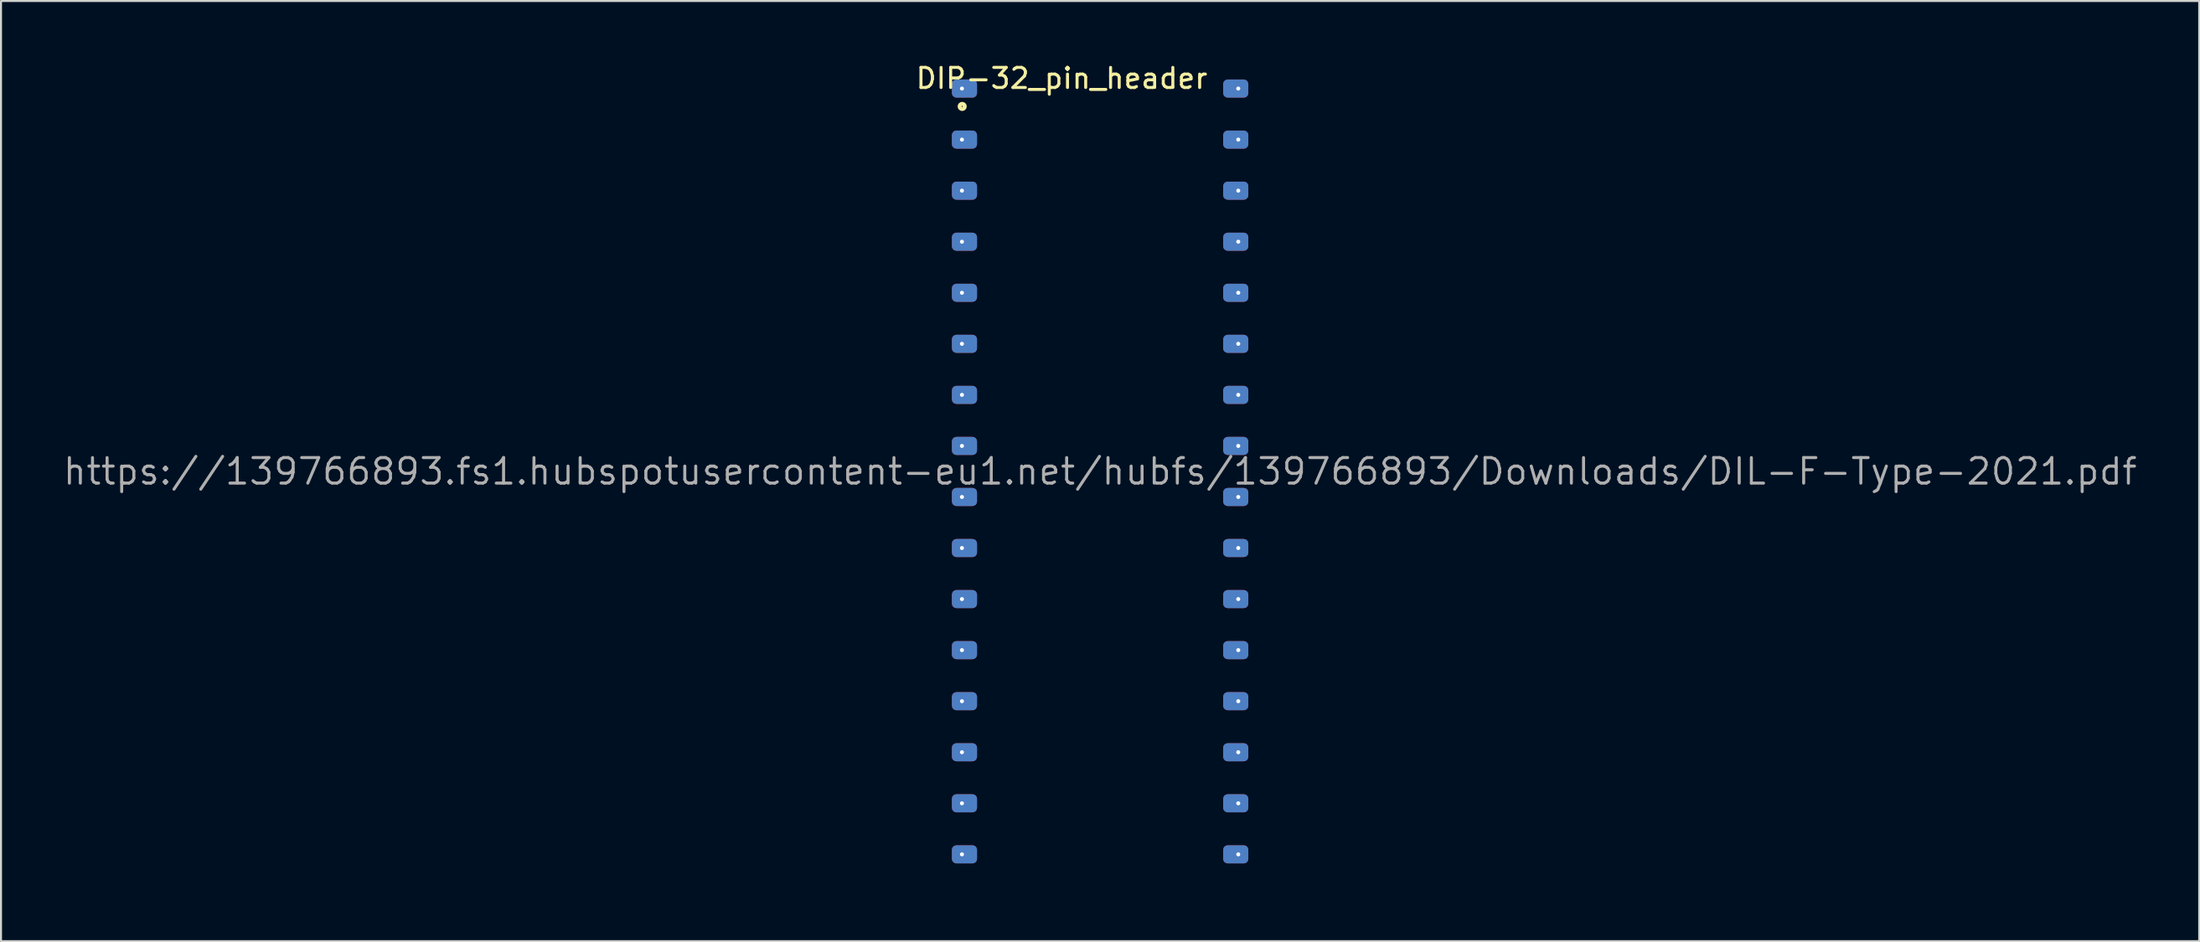
<source format=kicad_pcb>
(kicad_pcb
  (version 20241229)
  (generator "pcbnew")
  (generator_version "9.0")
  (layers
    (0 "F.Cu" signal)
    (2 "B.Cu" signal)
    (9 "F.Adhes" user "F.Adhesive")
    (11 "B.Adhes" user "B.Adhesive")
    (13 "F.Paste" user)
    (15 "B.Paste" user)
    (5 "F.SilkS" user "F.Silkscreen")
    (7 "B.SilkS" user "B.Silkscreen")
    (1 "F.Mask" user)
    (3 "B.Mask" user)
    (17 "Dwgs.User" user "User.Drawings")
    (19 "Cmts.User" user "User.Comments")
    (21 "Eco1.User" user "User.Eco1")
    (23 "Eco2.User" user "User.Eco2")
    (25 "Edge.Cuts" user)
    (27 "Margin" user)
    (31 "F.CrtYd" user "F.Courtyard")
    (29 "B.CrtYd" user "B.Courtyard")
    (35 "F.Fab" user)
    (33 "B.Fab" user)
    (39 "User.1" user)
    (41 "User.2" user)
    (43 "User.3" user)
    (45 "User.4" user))
  (footprint "DIP-32_pin_header"
    (layer "F.Cu")
    (at 51.654 20.406)
    (property "Reference" "DIP-32_pin_header" (at -1.907 -19.558 0) (layer "F.SilkS") (effects (font (size 1 1) (thickness 0.15))))
    (property "Datasheet" "https://139766893.fs1.hubspotusercontent-eu1.net/hubfs/139766893/Downloads/DIL-F-Type-2021.pdf" (at 0 0 0) (unlocked yes) (layer "F.Fab") (effects (font (size 1.27 1.27) (thickness 0.15))))
    (fp_circle (center -6.858 -18.161) (end -6.731 -18.161) (stroke (width 0.2) (type solid)) (fill no) (layer "F.SilkS"))
    (fp_line (start -7.62 -20.32) (end -7.62 20.32) (stroke (width 0.1) (type solid)) (layer "User.9"))
    (fp_line (start -7.62 20.32) (end 7.62 20.32) (stroke (width 0.1) (type solid)) (layer "User.9"))
    (fp_line (start 7.62 -20.32) (end -7.62 -20.32) (stroke (width 0.1) (type solid)) (layer "User.9"))
    (fp_line (start 7.62 20.32) (end 7.62 -20.32) (stroke (width 0.1) (type solid)) (layer "User.9"))
    (pad "1" thru_hole circle (at -6.87 -19.05) (size 0.4 0.4) (drill 0.2) (layers "*.Cu" "*.Mask") (remove_unused_layers yes) (keep_end_layers yes) (zone_layer_connections))
    (pad "1" smd roundrect (at -6.745 -19.05) (size 1.25 0.9) (layers "F.Cu" "F.Mask") (roundrect_rratio 0.25))
    (pad "1" smd roundrect (at -6.745 -19.05) (size 1.25 0.9) (layers "B.Cu" "B.Mask") (roundrect_rratio 0.25))
    (pad "2" thru_hole circle (at -6.87 -16.51) (size 0.4 0.4) (drill 0.2) (layers "*.Cu" "*.Mask") (remove_unused_layers yes) (keep_end_layers yes) (zone_layer_connections))
    (pad "2" smd roundrect (at -6.745 -16.51) (size 1.25 0.9) (layers "F.Cu" "F.Mask") (roundrect_rratio 0.25))
    (pad "2" smd roundrect (at -6.745 -16.51) (size 1.25 0.9) (layers "B.Cu" "B.Mask") (roundrect_rratio 0.25))
    (pad "3" thru_hole circle (at -6.87 -13.97) (size 0.4 0.4) (drill 0.2) (layers "*.Cu" "*.Mask") (remove_unused_layers yes) (keep_end_layers yes) (zone_layer_connections))
    (pad "3" smd roundrect (at -6.745 -13.97) (size 1.25 0.9) (layers "F.Cu" "F.Mask") (roundrect_rratio 0.25))
    (pad "3" smd roundrect (at -6.745 -13.97) (size 1.25 0.9) (layers "B.Cu" "B.Mask") (roundrect_rratio 0.25))
    (pad "4" thru_hole circle (at -6.87 -11.43) (size 0.4 0.4) (drill 0.2) (layers "*.Cu" "*.Mask") (remove_unused_layers yes) (keep_end_layers yes) (zone_layer_connections))
    (pad "4" smd roundrect (at -6.745 -11.43) (size 1.25 0.9) (layers "F.Cu" "F.Mask") (roundrect_rratio 0.25))
    (pad "4" smd roundrect (at -6.745 -11.43) (size 1.25 0.9) (layers "B.Cu" "B.Mask") (roundrect_rratio 0.25))
    (pad "5" thru_hole circle (at -6.87 -8.89) (size 0.4 0.4) (drill 0.2) (layers "*.Cu" "*.Mask") (remove_unused_layers yes) (keep_end_layers yes) (zone_layer_connections))
    (pad "5" smd roundrect (at -6.745 -8.89) (size 1.25 0.9) (layers "F.Cu" "F.Mask") (roundrect_rratio 0.25))
    (pad "5" smd roundrect (at -6.745 -8.89) (size 1.25 0.9) (layers "B.Cu" "B.Mask") (roundrect_rratio 0.25))
    (pad "6" thru_hole circle (at -6.87 -6.35) (size 0.4 0.4) (drill 0.2) (layers "*.Cu" "*.Mask") (remove_unused_layers yes) (keep_end_layers yes) (zone_layer_connections))
    (pad "6" smd roundrect (at -6.745 -6.35) (size 1.25 0.9) (layers "F.Cu" "F.Mask") (roundrect_rratio 0.25))
    (pad "6" smd roundrect (at -6.745 -6.35) (size 1.25 0.9) (layers "B.Cu" "B.Mask") (roundrect_rratio 0.25))
    (pad "7" thru_hole circle (at -6.87 -3.81) (size 0.4 0.4) (drill 0.2) (layers "*.Cu" "*.Mask") (remove_unused_layers yes) (keep_end_layers yes) (zone_layer_connections))
    (pad "7" smd roundrect (at -6.745 -3.81) (size 1.25 0.9) (layers "F.Cu" "F.Mask") (roundrect_rratio 0.25))
    (pad "7" smd roundrect (at -6.745 -3.81) (size 1.25 0.9) (layers "B.Cu" "B.Mask") (roundrect_rratio 0.25))
    (pad "8" thru_hole circle (at -6.87 -1.27) (size 0.4 0.4) (drill 0.2) (layers "*.Cu" "*.Mask") (remove_unused_layers yes) (keep_end_layers yes) (zone_layer_connections))
    (pad "8" smd roundrect (at -6.745 -1.27) (size 1.25 0.9) (layers "F.Cu" "F.Mask") (roundrect_rratio 0.25))
    (pad "8" smd roundrect (at -6.745 -1.27) (size 1.25 0.9) (layers "B.Cu" "B.Mask") (roundrect_rratio 0.25))
    (pad "9" thru_hole circle (at -6.87 1.27) (size 0.4 0.4) (drill 0.2) (layers "*.Cu" "*.Mask") (remove_unused_layers yes) (keep_end_layers yes) (zone_layer_connections))
    (pad "9" smd roundrect (at -6.745 1.27) (size 1.25 0.9) (layers "F.Cu" "F.Mask") (roundrect_rratio 0.25))
    (pad "9" smd roundrect (at -6.745 1.27) (size 1.25 0.9) (layers "B.Cu" "B.Mask") (roundrect_rratio 0.25))
    (pad "10" thru_hole circle (at -6.87 3.81) (size 0.4 0.4) (drill 0.2) (layers "*.Cu" "*.Mask") (remove_unused_layers yes) (keep_end_layers yes) (zone_layer_connections))
    (pad "10" smd roundrect (at -6.745 3.81) (size 1.25 0.9) (layers "F.Cu" "F.Mask") (roundrect_rratio 0.25))
    (pad "10" smd roundrect (at -6.745 3.81) (size 1.25 0.9) (layers "B.Cu" "B.Mask") (roundrect_rratio 0.25))
    (pad "11" thru_hole circle (at -6.87 6.35) (size 0.4 0.4) (drill 0.2) (layers "*.Cu" "*.Mask") (remove_unused_layers yes) (keep_end_layers yes) (zone_layer_connections))
    (pad "11" smd roundrect (at -6.745 6.35) (size 1.25 0.9) (layers "F.Cu" "F.Mask") (roundrect_rratio 0.25))
    (pad "11" smd roundrect (at -6.745 6.35) (size 1.25 0.9) (layers "B.Cu" "B.Mask") (roundrect_rratio 0.25))
    (pad "12" thru_hole circle (at -6.87 8.89) (size 0.4 0.4) (drill 0.2) (layers "*.Cu" "*.Mask") (remove_unused_layers yes) (keep_end_layers yes) (zone_layer_connections))
    (pad "12" smd roundrect (at -6.745 8.89) (size 1.25 0.9) (layers "F.Cu" "F.Mask") (roundrect_rratio 0.25))
    (pad "12" smd roundrect (at -6.745 8.89) (size 1.25 0.9) (layers "B.Cu" "B.Mask") (roundrect_rratio 0.25))
    (pad "13" thru_hole circle (at -6.87 11.43) (size 0.4 0.4) (drill 0.2) (layers "*.Cu" "*.Mask") (remove_unused_layers yes) (keep_end_layers yes) (zone_layer_connections))
    (pad "13" smd roundrect (at -6.745 11.43) (size 1.25 0.9) (layers "F.Cu" "F.Mask") (roundrect_rratio 0.25))
    (pad "13" smd roundrect (at -6.745 11.43) (size 1.25 0.9) (layers "B.Cu" "B.Mask") (roundrect_rratio 0.25))
    (pad "14" thru_hole circle (at -6.87 13.97) (size 0.4 0.4) (drill 0.2) (layers "*.Cu" "*.Mask") (remove_unused_layers yes) (keep_end_layers yes) (zone_layer_connections))
    (pad "14" smd roundrect (at -6.745 13.97) (size 1.25 0.9) (layers "F.Cu" "F.Mask") (roundrect_rratio 0.25))
    (pad "14" smd roundrect (at -6.745 13.97) (size 1.25 0.9) (layers "B.Cu" "B.Mask") (roundrect_rratio 0.25))
    (pad "15" thru_hole circle (at -6.87 16.51) (size 0.4 0.4) (drill 0.2) (layers "*.Cu" "*.Mask") (remove_unused_layers yes) (keep_end_layers yes) (zone_layer_connections))
    (pad "15" smd roundrect (at -6.745 16.51) (size 1.25 0.9) (layers "F.Cu" "F.Mask") (roundrect_rratio 0.25))
    (pad "15" smd roundrect (at -6.745 16.51) (size 1.25 0.9) (layers "B.Cu" "B.Mask") (roundrect_rratio 0.25))
    (pad "16" thru_hole circle (at -6.87 19.05) (size 0.4 0.4) (drill 0.2) (layers "*.Cu" "*.Mask") (remove_unused_layers yes) (keep_end_layers yes) (zone_layer_connections))
    (pad "16" smd roundrect (at -6.745 19.05) (size 1.25 0.9) (layers "F.Cu" "F.Mask") (roundrect_rratio 0.25))
    (pad "16" smd roundrect (at -6.745 19.05) (size 1.25 0.9) (layers "B.Cu" "B.Mask") (roundrect_rratio 0.25))
    (pad "17" smd roundrect (at 6.745 19.05) (size 1.25 0.9) (layers "F.Cu" "F.Mask") (roundrect_rratio 0.25))
    (pad "17" smd roundrect (at 6.745 19.05) (size 1.25 0.9) (layers "B.Cu" "B.Mask") (roundrect_rratio 0.25))
    (pad "17" thru_hole circle (at 6.87 19.05) (size 0.4 0.4) (drill 0.2) (layers "*.Cu" "*.Mask") (remove_unused_layers yes) (keep_end_layers yes) (zone_layer_connections))
    (pad "18" smd roundrect (at 6.745 16.51) (size 1.25 0.9) (layers "F.Cu" "F.Mask") (roundrect_rratio 0.25))
    (pad "18" smd roundrect (at 6.745 16.51) (size 1.25 0.9) (layers "B.Cu" "B.Mask") (roundrect_rratio 0.25))
    (pad "18" thru_hole circle (at 6.87 16.51) (size 0.4 0.4) (drill 0.2) (layers "*.Cu" "*.Mask") (remove_unused_layers yes) (keep_end_layers yes) (zone_layer_connections))
    (pad "19" smd roundrect (at 6.745 13.97) (size 1.25 0.9) (layers "F.Cu" "F.Mask") (roundrect_rratio 0.25))
    (pad "19" smd roundrect (at 6.745 13.97) (size 1.25 0.9) (layers "B.Cu" "B.Mask") (roundrect_rratio 0.25))
    (pad "19" thru_hole circle (at 6.87 13.97) (size 0.4 0.4) (drill 0.2) (layers "*.Cu" "*.Mask") (remove_unused_layers yes) (keep_end_layers yes) (zone_layer_connections))
    (pad "20" smd roundrect (at 6.745 11.43) (size 1.25 0.9) (layers "F.Cu" "F.Mask") (roundrect_rratio 0.25))
    (pad "20" smd roundrect (at 6.745 11.43) (size 1.25 0.9) (layers "B.Cu" "B.Mask") (roundrect_rratio 0.25))
    (pad "20" thru_hole circle (at 6.87 11.43) (size 0.4 0.4) (drill 0.2) (layers "*.Cu" "*.Mask") (remove_unused_layers yes) (keep_end_layers yes) (zone_layer_connections))
    (pad "21" smd roundrect (at 6.745 8.89) (size 1.25 0.9) (layers "F.Cu" "F.Mask") (roundrect_rratio 0.25))
    (pad "21" smd roundrect (at 6.745 8.89) (size 1.25 0.9) (layers "B.Cu" "B.Mask") (roundrect_rratio 0.25))
    (pad "21" thru_hole circle (at 6.87 8.89) (size 0.4 0.4) (drill 0.2) (layers "*.Cu" "*.Mask") (remove_unused_layers yes) (keep_end_layers yes) (zone_layer_connections))
    (pad "22" smd roundrect (at 6.745 6.35) (size 1.25 0.9) (layers "F.Cu" "F.Mask") (roundrect_rratio 0.25))
    (pad "22" smd roundrect (at 6.745 6.35) (size 1.25 0.9) (layers "B.Cu" "B.Mask") (roundrect_rratio 0.25))
    (pad "22" thru_hole circle (at 6.87 6.35) (size 0.4 0.4) (drill 0.2) (layers "*.Cu" "*.Mask") (remove_unused_layers yes) (keep_end_layers yes) (zone_layer_connections))
    (pad "23" smd roundrect (at 6.745 3.81) (size 1.25 0.9) (layers "F.Cu" "F.Mask") (roundrect_rratio 0.25))
    (pad "23" smd roundrect (at 6.745 3.81) (size 1.25 0.9) (layers "B.Cu" "B.Mask") (roundrect_rratio 0.25))
    (pad "23" thru_hole circle (at 6.87 3.81) (size 0.4 0.4) (drill 0.2) (layers "*.Cu" "*.Mask") (remove_unused_layers yes) (keep_end_layers yes) (zone_layer_connections))
    (pad "24" smd roundrect (at 6.745 1.27) (size 1.25 0.9) (layers "F.Cu" "F.Mask") (roundrect_rratio 0.25))
    (pad "24" smd roundrect (at 6.745 1.27) (size 1.25 0.9) (layers "B.Cu" "B.Mask") (roundrect_rratio 0.25))
    (pad "24" thru_hole circle (at 6.87 1.27) (size 0.4 0.4) (drill 0.2) (layers "*.Cu" "*.Mask") (remove_unused_layers yes) (keep_end_layers yes) (zone_layer_connections))
    (pad "25" smd roundrect (at 6.745 -1.27) (size 1.25 0.9) (layers "F.Cu" "F.Mask") (roundrect_rratio 0.25))
    (pad "25" smd roundrect (at 6.745 -1.27) (size 1.25 0.9) (layers "B.Cu" "B.Mask") (roundrect_rratio 0.25))
    (pad "25" thru_hole circle (at 6.87 -1.27) (size 0.4 0.4) (drill 0.2) (layers "*.Cu" "*.Mask") (remove_unused_layers yes) (keep_end_layers yes) (zone_layer_connections))
    (pad "26" smd roundrect (at 6.745 -3.81) (size 1.25 0.9) (layers "F.Cu" "F.Mask") (roundrect_rratio 0.25))
    (pad "26" smd roundrect (at 6.745 -3.81) (size 1.25 0.9) (layers "B.Cu" "B.Mask") (roundrect_rratio 0.25))
    (pad "26" thru_hole circle (at 6.87 -3.81) (size 0.4 0.4) (drill 0.2) (layers "*.Cu" "*.Mask") (remove_unused_layers yes) (keep_end_layers yes) (zone_layer_connections))
    (pad "27" smd roundrect (at 6.745 -6.35) (size 1.25 0.9) (layers "F.Cu" "F.Mask") (roundrect_rratio 0.25))
    (pad "27" smd roundrect (at 6.745 -6.35) (size 1.25 0.9) (layers "B.Cu" "B.Mask") (roundrect_rratio 0.25))
    (pad "27" thru_hole circle (at 6.87 -6.35) (size 0.4 0.4) (drill 0.2) (layers "*.Cu" "*.Mask") (remove_unused_layers yes) (keep_end_layers yes) (zone_layer_connections))
    (pad "28" smd roundrect (at 6.745 -8.89) (size 1.25 0.9) (layers "F.Cu" "F.Mask") (roundrect_rratio 0.25))
    (pad "28" smd roundrect (at 6.745 -8.89) (size 1.25 0.9) (layers "B.Cu" "B.Mask") (roundrect_rratio 0.25))
    (pad "28" thru_hole circle (at 6.87 -8.89) (size 0.4 0.4) (drill 0.2) (layers "*.Cu" "*.Mask") (remove_unused_layers yes) (keep_end_layers yes) (zone_layer_connections))
    (pad "29" smd roundrect (at 6.745 -11.43) (size 1.25 0.9) (layers "F.Cu" "F.Mask") (roundrect_rratio 0.25))
    (pad "29" smd roundrect (at 6.745 -11.43) (size 1.25 0.9) (layers "B.Cu" "B.Mask") (roundrect_rratio 0.25))
    (pad "29" thru_hole circle (at 6.87 -11.43) (size 0.4 0.4) (drill 0.2) (layers "*.Cu" "*.Mask") (remove_unused_layers yes) (keep_end_layers yes) (zone_layer_connections))
    (pad "30" smd roundrect (at 6.745 -13.97) (size 1.25 0.9) (layers "F.Cu" "F.Mask") (roundrect_rratio 0.25))
    (pad "30" smd roundrect (at 6.745 -13.97) (size 1.25 0.9) (layers "B.Cu" "B.Mask") (roundrect_rratio 0.25))
    (pad "30" thru_hole circle (at 6.87 -13.97) (size 0.4 0.4) (drill 0.2) (layers "*.Cu" "*.Mask") (remove_unused_layers yes) (keep_end_layers yes) (zone_layer_connections))
    (pad "31" smd roundrect (at 6.745 -16.51) (size 1.25 0.9) (layers "F.Cu" "F.Mask") (roundrect_rratio 0.25))
    (pad "31" smd roundrect (at 6.745 -16.51) (size 1.25 0.9) (layers "B.Cu" "B.Mask") (roundrect_rratio 0.25))
    (pad "31" thru_hole circle (at 6.87 -16.51) (size 0.4 0.4) (drill 0.2) (layers "*.Cu" "*.Mask") (remove_unused_layers yes) (keep_end_layers yes) (zone_layer_connections))
    (pad "32" smd roundrect (at 6.745 -19.05) (size 1.25 0.9) (layers "F.Cu" "F.Mask") (roundrect_rratio 0.25))
    (pad "32" smd roundrect (at 6.745 -19.05) (size 1.25 0.9) (layers "B.Cu" "B.Mask") (roundrect_rratio 0.25))
    (pad "32" thru_hole circle (at 6.87 -19.05) (size 0.4 0.4) (drill 0.2) (layers "*.Cu" "*.Mask") (remove_unused_layers yes) (keep_end_layers yes) (zone_layer_connections)))
  (gr_rect
    (start -3 -3)
    (end 106.308 43.776)
    (stroke (width 0.1) (type default))
    (fill no)
    (layer "Edge.Cuts")))
</source>
